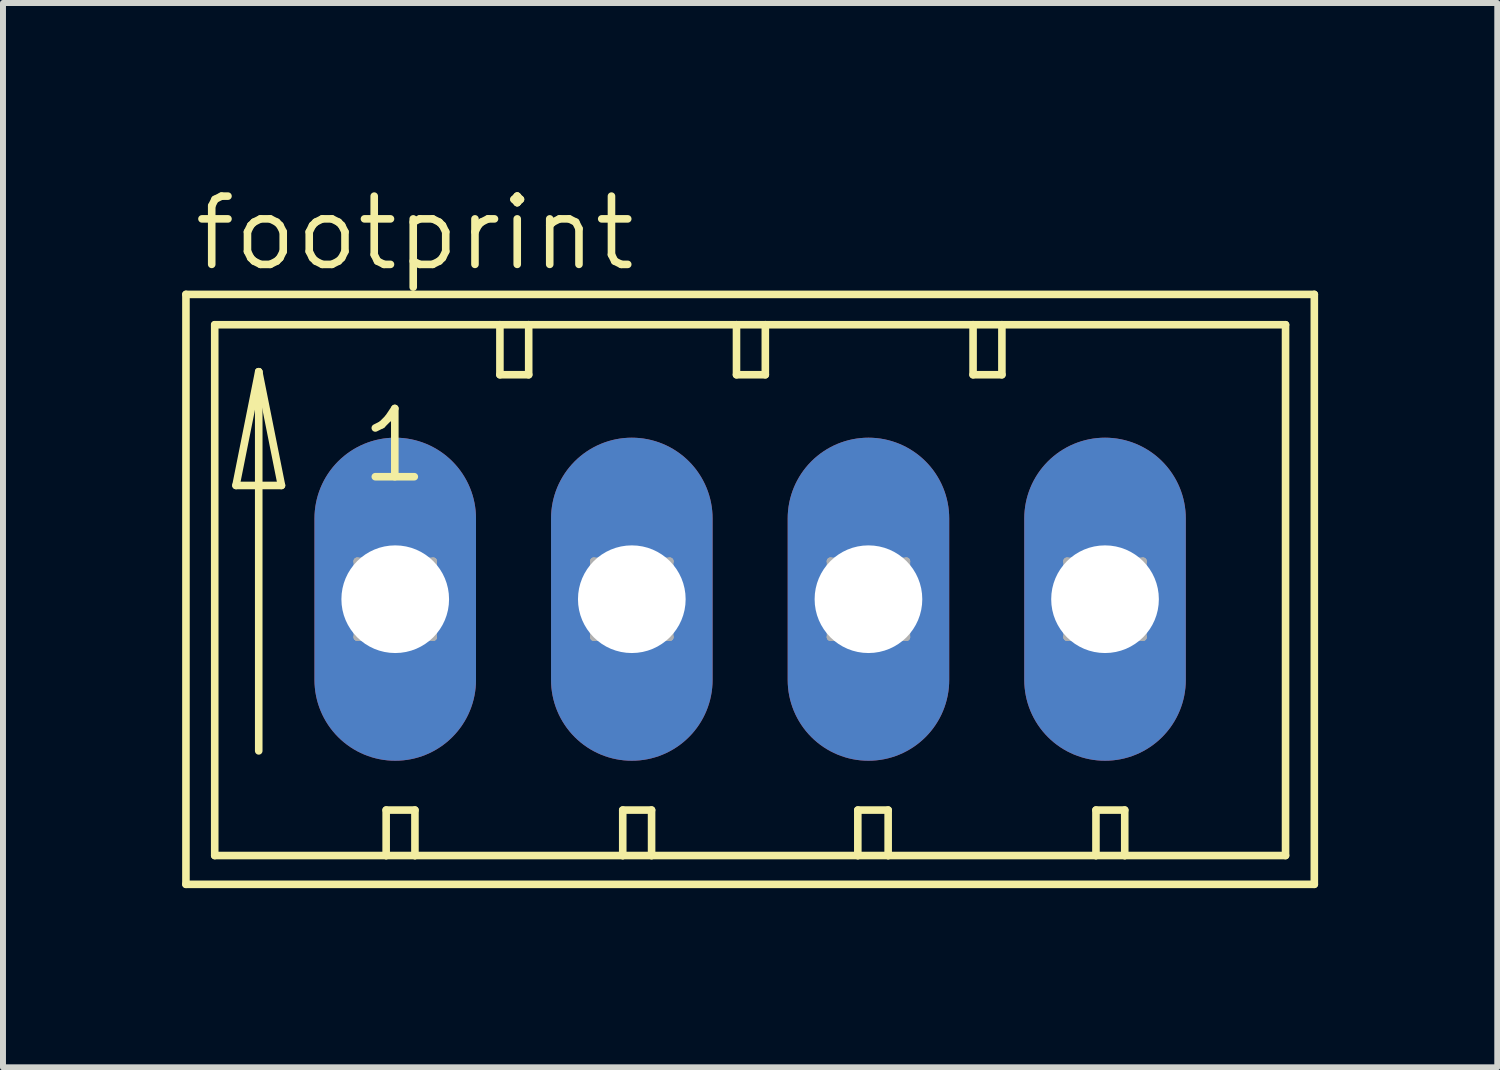
<source format=kicad_pcb>
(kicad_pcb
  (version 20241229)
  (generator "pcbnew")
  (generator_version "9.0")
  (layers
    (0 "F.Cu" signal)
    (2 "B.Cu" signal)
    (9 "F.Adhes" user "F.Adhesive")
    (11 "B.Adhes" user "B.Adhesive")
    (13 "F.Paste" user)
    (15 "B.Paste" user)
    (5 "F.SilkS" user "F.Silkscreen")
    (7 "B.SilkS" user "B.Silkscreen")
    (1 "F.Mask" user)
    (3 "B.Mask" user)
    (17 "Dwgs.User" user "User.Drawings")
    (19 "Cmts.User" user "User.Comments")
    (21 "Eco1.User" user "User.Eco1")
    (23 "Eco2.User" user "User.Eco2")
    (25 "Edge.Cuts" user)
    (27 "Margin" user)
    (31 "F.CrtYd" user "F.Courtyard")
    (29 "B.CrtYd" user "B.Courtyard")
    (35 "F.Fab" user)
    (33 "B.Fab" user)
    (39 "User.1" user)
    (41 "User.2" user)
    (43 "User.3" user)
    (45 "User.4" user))
  (footprint "footprint"
    (layer "F.Cu")
    (at 1.029 6.985)
    (property "Reference" "footprint" (at -0.889 -5.461 0) (layer "F.SilkS") (effects (font (size 1.143 1.143) (thickness 0.127)) (justify left bottom)))
    (fp_line (start -0.965 -5.105) (end -0.965 4.775) (stroke (width 0.127) (type solid)) (layer "F.SilkS"))
    (fp_line (start -0.965 4.775) (end 17.932 4.775) (stroke (width 0.127) (type solid)) (layer "F.SilkS"))
    (fp_line (start -0.483 -4.597) (end -0.483 4.293) (stroke (width 0.127) (type solid)) (layer "F.SilkS"))
    (fp_line (start -0.483 4.293) (end 2.388 4.293) (stroke (width 0.127) (type solid)) (layer "F.SilkS"))
    (fp_line (start -0.127 -1.905) (end 0.635 -1.905) (stroke (width 0.127) (type solid)) (layer "F.SilkS"))
    (fp_line (start 0.254 -3.81) (end -0.127 -1.905) (stroke (width 0.127) (type solid)) (layer "F.SilkS"))
    (fp_line (start 0.254 -3.81) (end 0.635 -1.905) (stroke (width 0.127) (type solid)) (layer "F.SilkS"))
    (fp_line (start 0.254 2.54) (end 0.254 -3.81) (stroke (width 0.127) (type solid)) (layer "F.SilkS"))
    (fp_line (start 2.388 3.531) (end 2.87 3.531) (stroke (width 0.127) (type solid)) (layer "F.SilkS"))
    (fp_line (start 2.388 4.293) (end 2.388 3.531) (stroke (width 0.127) (type solid)) (layer "F.SilkS"))
    (fp_line (start 2.388 4.293) (end 2.87 4.293) (stroke (width 0.127) (type solid)) (layer "F.SilkS"))
    (fp_line (start 2.87 4.293) (end 2.87 3.531) (stroke (width 0.127) (type solid)) (layer "F.SilkS"))
    (fp_line (start 2.87 4.293) (end 6.35 4.293) (stroke (width 0.127) (type solid)) (layer "F.SilkS"))
    (fp_line (start 4.293 -4.597) (end -0.483 -4.597) (stroke (width 0.127) (type solid)) (layer "F.SilkS"))
    (fp_line (start 4.293 -4.597) (end 4.293 -3.759) (stroke (width 0.127) (type solid)) (layer "F.SilkS"))
    (fp_line (start 4.293 -3.759) (end 4.775 -3.759) (stroke (width 0.127) (type solid)) (layer "F.SilkS"))
    (fp_line (start 4.775 -4.597) (end 4.293 -4.597) (stroke (width 0.127) (type solid)) (layer "F.SilkS"))
    (fp_line (start 4.775 -3.759) (end 4.775 -4.597) (stroke (width 0.127) (type solid)) (layer "F.SilkS"))
    (fp_line (start 6.35 3.531) (end 6.35 4.293) (stroke (width 0.127) (type solid)) (layer "F.SilkS"))
    (fp_line (start 6.35 3.531) (end 6.833 3.531) (stroke (width 0.127) (type solid)) (layer "F.SilkS"))
    (fp_line (start 6.35 4.293) (end 6.833 4.293) (stroke (width 0.127) (type solid)) (layer "F.SilkS"))
    (fp_line (start 6.833 3.531) (end 6.833 4.293) (stroke (width 0.127) (type solid)) (layer "F.SilkS"))
    (fp_line (start 6.833 4.293) (end 10.287 4.293) (stroke (width 0.127) (type solid)) (layer "F.SilkS"))
    (fp_line (start 8.255 -4.597) (end 4.775 -4.597) (stroke (width 0.127) (type solid)) (layer "F.SilkS"))
    (fp_line (start 8.255 -3.759) (end 8.255 -4.597) (stroke (width 0.127) (type solid)) (layer "F.SilkS"))
    (fp_line (start 8.255 -3.759) (end 8.738 -3.759) (stroke (width 0.127) (type solid)) (layer "F.SilkS"))
    (fp_line (start 8.738 -4.597) (end 8.255 -4.597) (stroke (width 0.127) (type solid)) (layer "F.SilkS"))
    (fp_line (start 8.738 -3.759) (end 8.738 -4.597) (stroke (width 0.127) (type solid)) (layer "F.SilkS"))
    (fp_line (start 10.287 3.531) (end 10.287 4.293) (stroke (width 0.127) (type solid)) (layer "F.SilkS"))
    (fp_line (start 10.287 3.531) (end 10.795 3.531) (stroke (width 0.127) (type solid)) (layer "F.SilkS"))
    (fp_line (start 10.287 4.293) (end 10.795 4.293) (stroke (width 0.127) (type solid)) (layer "F.SilkS"))
    (fp_line (start 10.795 3.531) (end 10.795 4.293) (stroke (width 0.127) (type solid)) (layer "F.SilkS"))
    (fp_line (start 10.795 4.293) (end 14.275 4.293) (stroke (width 0.127) (type solid)) (layer "F.SilkS"))
    (fp_line (start 12.217 -4.597) (end 8.738 -4.597) (stroke (width 0.127) (type solid)) (layer "F.SilkS"))
    (fp_line (start 12.217 -3.759) (end 12.217 -4.597) (stroke (width 0.127) (type solid)) (layer "F.SilkS"))
    (fp_line (start 12.217 -3.759) (end 12.7 -3.759) (stroke (width 0.127) (type solid)) (layer "F.SilkS"))
    (fp_line (start 12.7 -4.597) (end 12.217 -4.597) (stroke (width 0.127) (type solid)) (layer "F.SilkS"))
    (fp_line (start 12.7 -3.759) (end 12.7 -4.597) (stroke (width 0.127) (type solid)) (layer "F.SilkS"))
    (fp_line (start 14.275 3.531) (end 14.275 4.293) (stroke (width 0.127) (type solid)) (layer "F.SilkS"))
    (fp_line (start 14.275 3.531) (end 14.757 3.531) (stroke (width 0.127) (type solid)) (layer "F.SilkS"))
    (fp_line (start 14.275 4.293) (end 14.757 4.293) (stroke (width 0.127) (type solid)) (layer "F.SilkS"))
    (fp_line (start 14.757 3.531) (end 14.757 4.293) (stroke (width 0.127) (type solid)) (layer "F.SilkS"))
    (fp_line (start 14.757 4.293) (end 17.45 4.293) (stroke (width 0.127) (type solid)) (layer "F.SilkS"))
    (fp_line (start 17.45 -4.597) (end 12.7 -4.597) (stroke (width 0.127) (type solid)) (layer "F.SilkS"))
    (fp_line (start 17.45 4.293) (end 17.45 -4.597) (stroke (width 0.127) (type solid)) (layer "F.SilkS"))
    (fp_line (start 17.932 -5.105) (end -0.965 -5.105) (stroke (width 0.127) (type solid)) (layer "F.SilkS"))
    (fp_line (start 17.932 4.775) (end 17.932 -5.105) (stroke (width 0.127) (type solid)) (layer "F.SilkS"))
    (fp_line (start 1.905 -0.635) (end 1.905 0.635) (stroke (width 0.127) (type solid)) (layer "F.Fab"))
    (fp_line (start 1.905 -0.635) (end 3.175 0.635) (stroke (width 0.127) (type solid)) (layer "F.Fab"))
    (fp_line (start 1.905 0.635) (end 3.175 0.635) (stroke (width 0.127) (type solid)) (layer "F.Fab"))
    (fp_line (start 3.175 -0.635) (end 1.905 -0.635) (stroke (width 0.127) (type solid)) (layer "F.Fab"))
    (fp_line (start 3.175 -0.635) (end 1.905 0.635) (stroke (width 0.127) (type solid)) (layer "F.Fab"))
    (fp_line (start 3.175 0.635) (end 3.175 -0.635) (stroke (width 0.127) (type solid)) (layer "F.Fab"))
    (fp_line (start 5.867 -0.635) (end 5.867 0.635) (stroke (width 0.127) (type solid)) (layer "F.Fab"))
    (fp_line (start 5.867 -0.635) (end 7.137 0.635) (stroke (width 0.127) (type solid)) (layer "F.Fab"))
    (fp_line (start 5.867 0.635) (end 7.137 0.635) (stroke (width 0.127) (type solid)) (layer "F.Fab"))
    (fp_line (start 7.137 -0.635) (end 5.867 -0.635) (stroke (width 0.127) (type solid)) (layer "F.Fab"))
    (fp_line (start 7.137 -0.635) (end 5.867 0.635) (stroke (width 0.127) (type solid)) (layer "F.Fab"))
    (fp_line (start 7.137 0.635) (end 7.137 -0.635) (stroke (width 0.127) (type solid)) (layer "F.Fab"))
    (fp_line (start 9.83 -0.635) (end 9.83 0.635) (stroke (width 0.127) (type solid)) (layer "F.Fab"))
    (fp_line (start 9.83 -0.635) (end 11.1 0.635) (stroke (width 0.127) (type solid)) (layer "F.Fab"))
    (fp_line (start 9.83 0.635) (end 11.1 0.635) (stroke (width 0.127) (type solid)) (layer "F.Fab"))
    (fp_line (start 11.1 -0.635) (end 9.83 -0.635) (stroke (width 0.127) (type solid)) (layer "F.Fab"))
    (fp_line (start 11.1 -0.635) (end 9.83 0.635) (stroke (width 0.127) (type solid)) (layer "F.Fab"))
    (fp_line (start 11.1 0.635) (end 11.1 -0.635) (stroke (width 0.127) (type solid)) (layer "F.Fab"))
    (fp_line (start 13.792 -0.635) (end 13.792 0.635) (stroke (width 0.127) (type solid)) (layer "F.Fab"))
    (fp_line (start 13.792 -0.635) (end 15.062 0.635) (stroke (width 0.127) (type solid)) (layer "F.Fab"))
    (fp_line (start 13.792 0.635) (end 15.062 0.635) (stroke (width 0.127) (type solid)) (layer "F.Fab"))
    (fp_line (start 15.062 -0.635) (end 13.792 -0.635) (stroke (width 0.127) (type solid)) (layer "F.Fab"))
    (fp_line (start 15.062 -0.635) (end 13.792 0.635) (stroke (width 0.127) (type solid)) (layer "F.Fab"))
    (fp_line (start 15.062 0.635) (end 15.062 -0.635) (stroke (width 0.127) (type solid)) (layer "F.Fab"))
    (fp_text user "1" (at 1.905 -1.905 0) (layer "F.SilkS") (effects (font (size 1.143 1.143) (thickness 0.127)) (justify left bottom)))
    (pad "1" thru_hole oval (at 2.54 0 90) (size 5.41 2.705) (drill 1.803) (layers "*.Cu" "*.Mask"))
    (pad "2" thru_hole oval (at 6.502 0 90) (size 5.41 2.705) (drill 1.803) (layers "*.Cu" "*.Mask"))
    (pad "3" thru_hole oval (at 10.465 0 90) (size 5.41 2.705) (drill 1.803) (layers "*.Cu" "*.Mask"))
    (pad "4" thru_hole oval (at 14.427 0 90) (size 5.41 2.705) (drill 1.803) (layers "*.Cu" "*.Mask")))
  (gr_rect
    (start -3 -3)
    (end 22.025 14.824)
    (stroke (width 0.1) (type default))
    (fill no)
    (layer "Edge.Cuts")))
</source>
